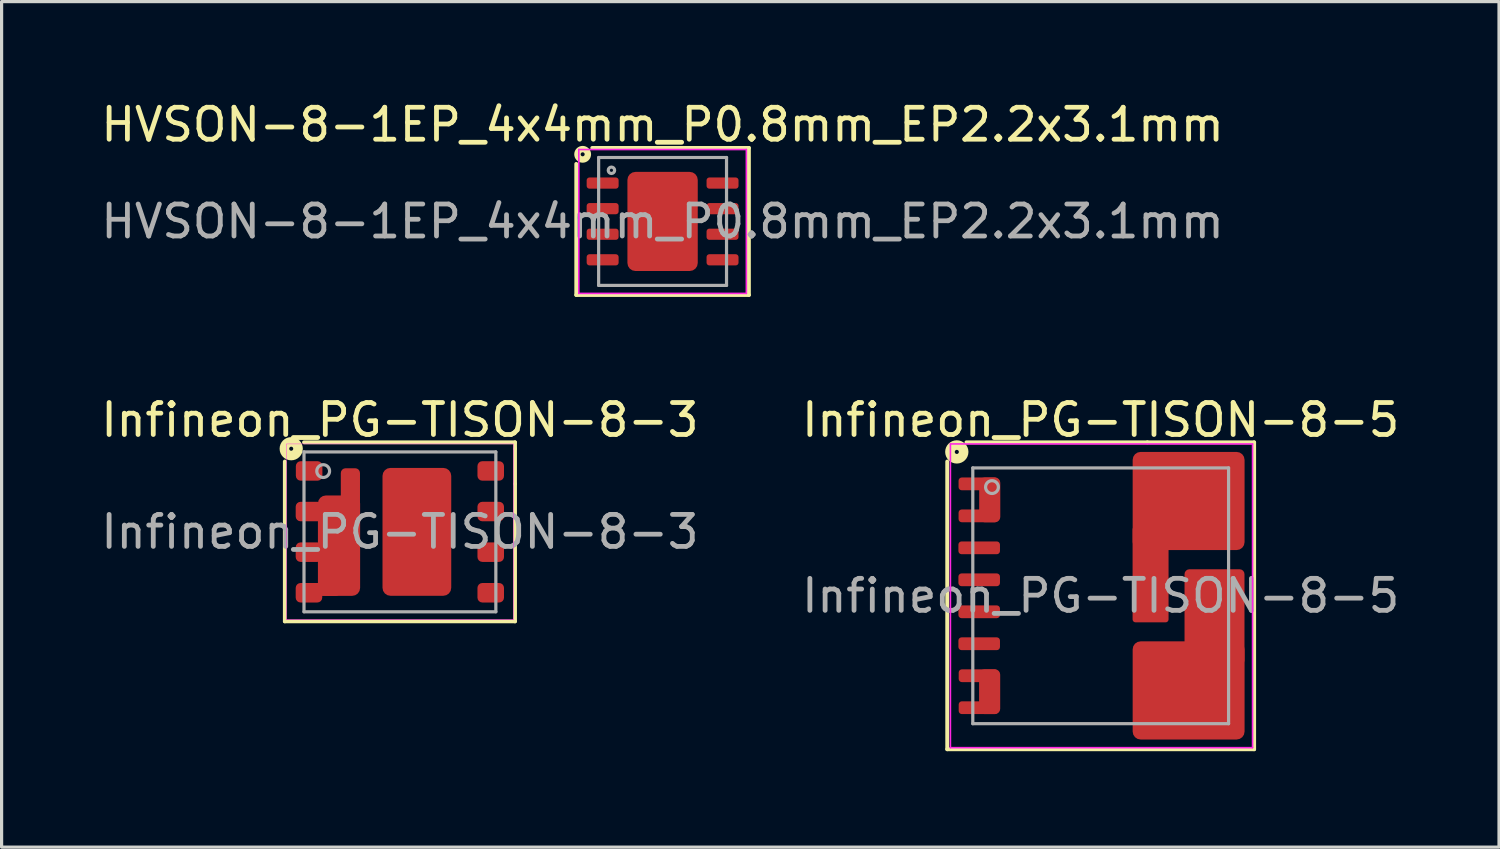
<source format=kicad_pcb>
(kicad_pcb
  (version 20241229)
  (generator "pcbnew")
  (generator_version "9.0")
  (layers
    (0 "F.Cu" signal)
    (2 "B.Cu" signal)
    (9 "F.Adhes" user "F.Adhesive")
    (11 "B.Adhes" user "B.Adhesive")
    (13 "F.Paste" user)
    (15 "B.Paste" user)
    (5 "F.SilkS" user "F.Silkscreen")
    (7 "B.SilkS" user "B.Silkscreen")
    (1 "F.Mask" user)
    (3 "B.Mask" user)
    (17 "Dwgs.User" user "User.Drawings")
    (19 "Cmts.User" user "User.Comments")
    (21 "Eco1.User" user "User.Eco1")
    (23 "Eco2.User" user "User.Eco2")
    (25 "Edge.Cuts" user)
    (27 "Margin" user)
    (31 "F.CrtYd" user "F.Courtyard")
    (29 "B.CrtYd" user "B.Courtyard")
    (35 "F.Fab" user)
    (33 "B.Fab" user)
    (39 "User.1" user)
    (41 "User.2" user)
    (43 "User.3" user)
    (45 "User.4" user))
  (footprint "Infineon_PG-TISON-8-5"
    (layer "F.Cu")
    (at 31.375 15.584)
    (property "Reference" "Infineon_PG-TISON-8-5" (at 0 -5.5 0) (layer "F.SilkS") (effects (font (size 1 1) (thickness 0.15))))
    (attr smd)
    (fp_line (start -4.8 -4.2) (end -4.8 4.8) (stroke (width 0.12) (type solid)) (layer "F.SilkS"))
    (fp_line (start -4.8 4.8) (end 4.8 4.8) (stroke (width 0.12) (type solid)) (layer "F.SilkS"))
    (fp_line (start 1.46 -4.8) (end -4.2 -4.8) (stroke (width 0.12) (type solid)) (layer "F.SilkS"))
    (fp_line (start 4.8 -4.8) (end 1.46 -4.8) (stroke (width 0.12) (type solid)) (layer "F.SilkS"))
    (fp_line (start 4.8 4.8) (end 4.8 -4.8) (stroke (width 0.12) (type solid)) (layer "F.SilkS"))
    (fp_circle (center -4.5 -4.5) (end -4.436 -4.5) (stroke (width 0.3) (type solid)) (fill no) (layer "F.SilkS"))
    (fp_line (start -4.7 -4.75) (end 4.75 -4.75) (stroke (width 0.05) (type solid)) (layer "F.CrtYd"))
    (fp_line (start -4.7 4.75) (end -4.7 -4.75) (stroke (width 0.05) (type solid)) (layer "F.CrtYd"))
    (fp_line (start 4.75 -4.75) (end 4.75 4.75) (stroke (width 0.05) (type solid)) (layer "F.CrtYd"))
    (fp_line (start 4.75 4.75) (end -4.7 4.75) (stroke (width 0.05) (type solid)) (layer "F.CrtYd"))
    (fp_line (start -4 -4) (end -4 4) (stroke (width 0.1) (type solid)) (layer "F.Fab"))
    (fp_line (start -4 -4) (end 4 -4) (stroke (width 0.1) (type solid)) (layer "F.Fab"))
    (fp_line (start 4 -4) (end 4 4) (stroke (width 0.1) (type solid)) (layer "F.Fab"))
    (fp_line (start 4 4) (end -4 4) (stroke (width 0.1) (type solid)) (layer "F.Fab"))
    (fp_circle (center -3.4 -3.4) (end -3.2 -3.4) (stroke (width 0.1) (type solid)) (fill no) (layer "F.Fab"))
    (fp_text user "${REFERENCE}" (at 0 0 0) (layer "F.Fab") (effects (font (size 1 1) (thickness 0.15))))
    (pad "" smd roundrect (at -3.49 -3) (size 0.5 0.4) (layers "F.Paste") (roundrect_rratio 0.25))
    (pad "" smd roundrect (at -3.49 3) (size 0.5 0.4) (layers "F.Paste") (roundrect_rratio 0.25))
    (pad "" smd roundrect (at 1.561 -3.638) (size 0.7 1.225) (layers "F.Paste") (roundrect_rratio 0.25))
    (pad "" smd roundrect (at 1.561 -1.425) (size 0.7 1.6) (layers "F.Paste") (roundrect_rratio 0.25))
    (pad "" smd roundrect (at 1.561 0.403) (size 0.7 0.455) (layers "F.Paste") (roundrect_rratio 0.25))
    (pad "" smd roundrect (at 1.561 1.903) (size 0.7 0.545) (layers "F.Paste") (roundrect_rratio 0.25))
    (pad "" smd roundrect (at 1.561 3.612) (size 0.7 1.275) (layers "F.Paste") (roundrect_rratio 0.25))
    (pad "" smd roundrect (at 2.38 2.915) (size 0.537 2.57) (layers "F.Paste") (roundrect_rratio 0.25))
    (pad "" smd roundrect (at 2.586 -2.94) (size 0.95 2.62) (layers "F.Paste") (roundrect_rratio 0.25))
    (pad "" smd roundrect (at 3.28 -0.375) (size 0.863 0.5) (layers "F.Paste") (roundrect_rratio 0.25))
    (pad "" smd roundrect (at 3.28 1.425) (size 0.863 1.5) (layers "F.Paste") (roundrect_rratio 0.25))
    (pad "" smd roundrect (at 3.28 3.612) (size 0.863 1.275) (layers "F.Paste") (roundrect_rratio 0.25))
    (pad "" smd roundrect (at 3.486 -3.638) (size 0.45 1.225) (layers "F.Paste") (roundrect_rratio 0.25))
    (pad "" smd roundrect (at 3.486 -1.927) (size 0.45 0.595) (layers "F.Paste") (roundrect_rratio 0.25))
    (pad "" smd roundrect (at 4.111 -2.94) (size 0.4 2.62) (layers "F.Paste") (roundrect_rratio 0.25))
    (pad "" smd roundrect (at 4.111 0.403) (size 0.4 2.055) (layers "F.Paste") (roundrect_rratio 0.25))
    (pad "" smd roundrect (at 4.111 2.915) (size 0.4 2.57) (layers "F.Paste") (roundrect_rratio 0.25))
    (pad "1" smd roundrect (at -3.825 -3.5) (size 1.24 0.4) (layers "F.Cu" "F.Mask" "F.Paste") (roundrect_rratio 0.25))
    (pad "1" smd roundrect (at -3.825 -2.5) (size 1.24 0.4) (layers "F.Cu" "F.Mask" "F.Paste") (roundrect_rratio 0.25))
    (pad "1" smd roundrect (at -3.47 -3) (size 0.66 1.4) (layers "F.Cu" "F.Mask") (roundrect_rratio 0.25))
    (pad "2" smd roundrect (at -3.8 -1.5) (size 1.3 0.4) (layers "F.Cu" "F.Mask" "F.Paste") (roundrect_rratio 0.25))
    (pad "3" smd roundrect (at -3.8 -0.5) (size 1.3 0.4) (layers "F.Cu" "F.Mask" "F.Paste") (roundrect_rratio 0.25))
    (pad "4" smd roundrect (at -3.8 0.5) (size 1.3 0.4) (layers "F.Cu" "F.Mask" "F.Paste") (roundrect_rratio 0.25))
    (pad "5" smd roundrect (at -3.8 1.5) (size 1.3 0.4) (layers "F.Cu" "F.Mask" "F.Paste") (roundrect_rratio 0.25))
    (pad "6" smd roundrect (at -3.825 2.5) (size 1.232 0.4) (layers "F.Cu" "F.Mask" "F.Paste") (roundrect_rratio 0.25))
    (pad "6" smd roundrect (at -3.825 3.5) (size 1.232 0.4) (layers "F.Cu" "F.Mask" "F.Paste") (roundrect_rratio 0.25))
    (pad "6" smd roundrect (at -3.473 3) (size 0.66 1.4) (layers "F.Cu" "F.Mask") (roundrect_rratio 0.25))
    (pad "7" smd roundrect (at 2.75 2.96) (size 3.5 3.07) (layers "F.Cu" "F.Mask") (roundrect_rratio 0.081))
    (pad "7" smd roundrect (at 3.56 0.67) (size 1.875 3) (layers "F.Cu" "F.Mask") (roundrect_rratio 0.081))
    (pad "8" smd roundrect (at 1.56 -0.67 180) (size 1.125 3) (layers "F.Cu" "F.Mask") (roundrect_rratio 0.081))
    (pad "8" smd roundrect (at 2.75 -2.965 180) (size 3.5 3.07) (layers "F.Cu" "F.Mask") (roundrect_rratio 0.081)))
  (footprint "Infineon_PG-TISON-8-3"
    (layer "F.Cu")
    (at 9.458 13.584)
    (property "Reference" "Infineon_PG-TISON-8-3" (at 0 -3.5 0) (layer "F.SilkS") (effects (font (size 1 1) (thickness 0.15))))
    (attr smd)
    (fp_line (start -3.6 -2.2) (end -3.6 2.8) (stroke (width 0.12) (type solid)) (layer "F.SilkS"))
    (fp_line (start -3.6 2.8) (end 3.6 2.8) (stroke (width 0.12) (type solid)) (layer "F.SilkS"))
    (fp_line (start 3.6 -2.8) (end -3 -2.8) (stroke (width 0.12) (type solid)) (layer "F.SilkS"))
    (fp_line (start 3.6 -2.6) (end 3.6 -2.8) (stroke (width 0.12) (type solid)) (layer "F.SilkS"))
    (fp_line (start 3.6 -2.6) (end 3.6 -1.5) (stroke (width 0.12) (type solid)) (layer "F.SilkS"))
    (fp_line (start 3.6 2.8) (end 3.6 -1.5) (stroke (width 0.12) (type solid)) (layer "F.SilkS"))
    (fp_circle (center -3.4 -2.6) (end -3.4 -2.537) (stroke (width 0.3) (type solid)) (fill no) (layer "F.SilkS"))
    (fp_rect (start -3.55 -2.75) (end 3.55 2.75) (stroke (width 0.013) (type solid)) (fill no) (layer "F.CrtYd"))
    (fp_line (start -3 -2.5) (end -3 2.5) (stroke (width 0.1) (type solid)) (layer "F.Fab"))
    (fp_line (start -3 -2.5) (end 3 -2.5) (stroke (width 0.1) (type solid)) (layer "F.Fab"))
    (fp_line (start 3 -2.5) (end 3 2.5) (stroke (width 0.1) (type solid)) (layer "F.Fab"))
    (fp_line (start 3 2.5) (end -3 2.5) (stroke (width 0.1) (type solid)) (layer "F.Fab"))
    (fp_circle (center -2.4 -1.9) (end -2.2 -1.9) (stroke (width 0.1) (type solid)) (fill no) (layer "F.Fab"))
    (fp_text user "${REFERENCE}" (at 0 0 0) (layer "F.Fab") (effects (font (size 1 1) (thickness 0.15))))
    (pad "" smd roundrect (at -1.82 -0.64) (size 0.9 0.5) (layers "F.Paste") (roundrect_rratio 0.25))
    (pad "" smd roundrect (at -1.82 0.06) (size 0.9 0.5) (layers "F.Paste") (roundrect_rratio 0.25))
    (pad "" smd roundrect (at -1.82 0.76) (size 0.9 0.5) (layers "F.Paste") (roundrect_rratio 0.25))
    (pad "" smd roundrect (at -1.82 1.46) (size 0.9 0.5) (layers "F.Paste") (roundrect_rratio 0.25))
    (pad "" smd roundrect (at -1.545 -1.6) (size 0.35 0.6) (layers "F.Paste") (roundrect_rratio 0.25))
    (pad "" smd roundrect (at 0 -1.425) (size 0.75 0.75) (layers "F.Paste") (roundrect_rratio 0.25))
    (pad "" smd roundrect (at 0 -0.475) (size 0.75 0.75) (layers "F.Paste") (roundrect_rratio 0.25))
    (pad "" smd roundrect (at 0 0.475) (size 0.75 0.75) (layers "F.Paste") (roundrect_rratio 0.25))
    (pad "" smd roundrect (at 0 1.425) (size 0.75 0.75) (layers "F.Paste") (roundrect_rratio 0.25))
    (pad "" smd roundrect (at 1.025 -1.425) (size 0.75 0.75) (layers "F.Paste") (roundrect_rratio 0.25))
    (pad "" smd roundrect (at 1.025 -0.475) (size 0.75 0.75) (layers "F.Paste") (roundrect_rratio 0.25))
    (pad "" smd roundrect (at 1.025 0.475) (size 0.75 0.75) (layers "F.Paste") (roundrect_rratio 0.25))
    (pad "" smd roundrect (at 1.025 1.425) (size 0.75 0.75) (layers "F.Paste") (roundrect_rratio 0.25))
    (pad "1" smd roundrect (at -2.84 -1.905) (size 0.83 0.61) (layers "F.Cu" "F.Mask" "F.Paste") (roundrect_rratio 0.25))
    (pad "2" smd roundrect (at -2.845 -0.635) (size 0.83 0.61) (layers "F.Cu" "F.Mask" "F.Paste") (roundrect_rratio 0.25))
    (pad "2" smd roundrect (at -2.845 0.635) (size 0.83 0.61) (layers "F.Cu" "F.Mask" "F.Paste") (roundrect_rratio 0.25))
    (pad "2" smd roundrect (at -2.845 1.905) (size 0.83 0.61) (layers "F.Cu" "F.Mask" "F.Paste") (roundrect_rratio 0.25))
    (pad "2" smd roundrect (at -2.388 1.803 180) (size 0.991 0.402) (layers "F.Cu" "F.Mask") (roundrect_rratio 0.25))
    (pad "2" smd roundrect (at -1.905 0.432 90) (size 3.14 1.32) (layers "F.Cu" "F.Mask") (roundrect_rratio 0.189))
    (pad "2" smd roundrect (at -1.549 -1.295 90) (size 1.389 0.6) (layers "F.Cu" "F.Mask") (roundrect_rratio 0.25))
    (pad "3" smd roundrect (at 2.84 1.905) (size 0.83 0.61) (layers "F.Cu" "F.Mask" "F.Paste") (roundrect_rratio 0.25))
    (pad "4" smd roundrect (at 2.84 0.635) (size 0.83 0.61) (layers "F.Cu" "F.Mask" "F.Paste") (roundrect_rratio 0.25))
    (pad "5" smd roundrect (at 2.84 -0.635) (size 0.83 0.61) (layers "F.Cu" "F.Mask" "F.Paste") (roundrect_rratio 0.25))
    (pad "6" smd roundrect (at 2.84 -1.905) (size 0.83 0.61) (layers "F.Cu" "F.Mask" "F.Paste") (roundrect_rratio 0.25))
    (pad "7" smd roundrect (at 0.53 0) (size 2.15 4) (layers "F.Cu" "F.Mask") (roundrect_rratio 0.116)))
  (footprint "HVSON-8-1EP_4x4mm_P0.8mm_EP2.2x3.1mm"
    (layer "F.Cu")
    (at 17.673 3.876)
    (property "Reference" "HVSON-8-1EP_4x4mm_P0.8mm_EP2.2x3.1mm" (at 0 -3.027 0) (layer "F.SilkS") (effects (font (size 1 1) (thickness 0.15))))
    (attr smd)
    (fp_line (start -2.7 2.3) (end -2.7 -1.8) (stroke (width 0.12) (type solid)) (layer "F.SilkS"))
    (fp_line (start -2.2 -2.3) (end 2.7 -2.3) (stroke (width 0.12) (type solid)) (layer "F.SilkS"))
    (fp_line (start 2.7 -2.3) (end 2.7 2.3) (stroke (width 0.12) (type solid)) (layer "F.SilkS"))
    (fp_line (start 2.7 2.3) (end -2.7 2.3) (stroke (width 0.12) (type solid)) (layer "F.SilkS"))
    (fp_circle (center -2.5 -2.1) (end -2.437 -2.1) (stroke (width 0.2) (type solid)) (fill no) (layer "F.SilkS"))
    (fp_line (start -2.62 -2.25) (end -2.62 2.25) (stroke (width 0.05) (type solid)) (layer "F.CrtYd"))
    (fp_line (start -2.62 2.25) (end 2.62 2.25) (stroke (width 0.05) (type solid)) (layer "F.CrtYd"))
    (fp_line (start 2.62 -2.25) (end -2.62 -2.25) (stroke (width 0.05) (type solid)) (layer "F.CrtYd"))
    (fp_line (start 2.62 2.25) (end 2.62 -2.25) (stroke (width 0.05) (type solid)) (layer "F.CrtYd"))
    (fp_line (start -2 -2) (end 2 -2) (stroke (width 0.1) (type solid)) (layer "F.Fab"))
    (fp_line (start -2 2) (end -2 -2) (stroke (width 0.1) (type solid)) (layer "F.Fab"))
    (fp_line (start 2 -2) (end 2 2) (stroke (width 0.1) (type solid)) (layer "F.Fab"))
    (fp_line (start 2 2) (end -2 2) (stroke (width 0.1) (type solid)) (layer "F.Fab"))
    (fp_circle (center -1.6 -1.6) (end -1.5 -1.6) (stroke (width 0.1) (type solid)) (fill no) (layer "F.Fab"))
    (fp_text user "${REFERENCE}" (at 0 0 0) (layer "F.Fab") (effects (font (size 1 1) (thickness 0.15))))
    (pad "" smd roundrect (at -0.55 -0.775) (size 0.89 1.25) (layers "F.Paste") (roundrect_rratio 0.25))
    (pad "" smd roundrect (at -0.55 0.775) (size 0.89 1.25) (layers "F.Paste") (roundrect_rratio 0.25))
    (pad "" smd roundrect (at 0.55 -0.775) (size 0.89 1.25) (layers "F.Paste") (roundrect_rratio 0.25))
    (pad "" smd roundrect (at 0.55 0.775) (size 0.89 1.25) (layers "F.Paste") (roundrect_rratio 0.25))
    (pad "1" smd roundrect (at -1.875 -1.2) (size 1 0.35) (layers "F.Cu" "F.Mask" "F.Paste") (roundrect_rratio 0.25))
    (pad "2" smd roundrect (at -1.875 -0.4) (size 1 0.35) (layers "F.Cu" "F.Mask" "F.Paste") (roundrect_rratio 0.25))
    (pad "3" smd roundrect (at -1.875 0.4) (size 1 0.35) (layers "F.Cu" "F.Mask" "F.Paste") (roundrect_rratio 0.25))
    (pad "4" smd roundrect (at -1.875 1.2) (size 1 0.35) (layers "F.Cu" "F.Mask" "F.Paste") (roundrect_rratio 0.25))
    (pad "5" smd roundrect (at 1.875 1.2) (size 1 0.35) (layers "F.Cu" "F.Mask" "F.Paste") (roundrect_rratio 0.25))
    (pad "6" smd roundrect (at 1.875 0.4) (size 1 0.35) (layers "F.Cu" "F.Mask" "F.Paste") (roundrect_rratio 0.25))
    (pad "7" smd roundrect (at 1.875 -0.4) (size 1 0.35) (layers "F.Cu" "F.Mask" "F.Paste") (roundrect_rratio 0.25))
    (pad "8" smd roundrect (at 1.875 -1.2) (size 1 0.35) (layers "F.Cu" "F.Mask" "F.Paste") (roundrect_rratio 0.25))
    (pad "9" smd roundrect (at 0 0) (size 2.2 3.1) (layers "F.Cu" "F.Mask") (roundrect_rratio 0.114)))
  (gr_rect
    (start -3 -3)
    (end 43.833 23.444)
    (stroke (width 0.1) (type default))
    (fill no)
    (layer "Edge.Cuts")))
</source>
